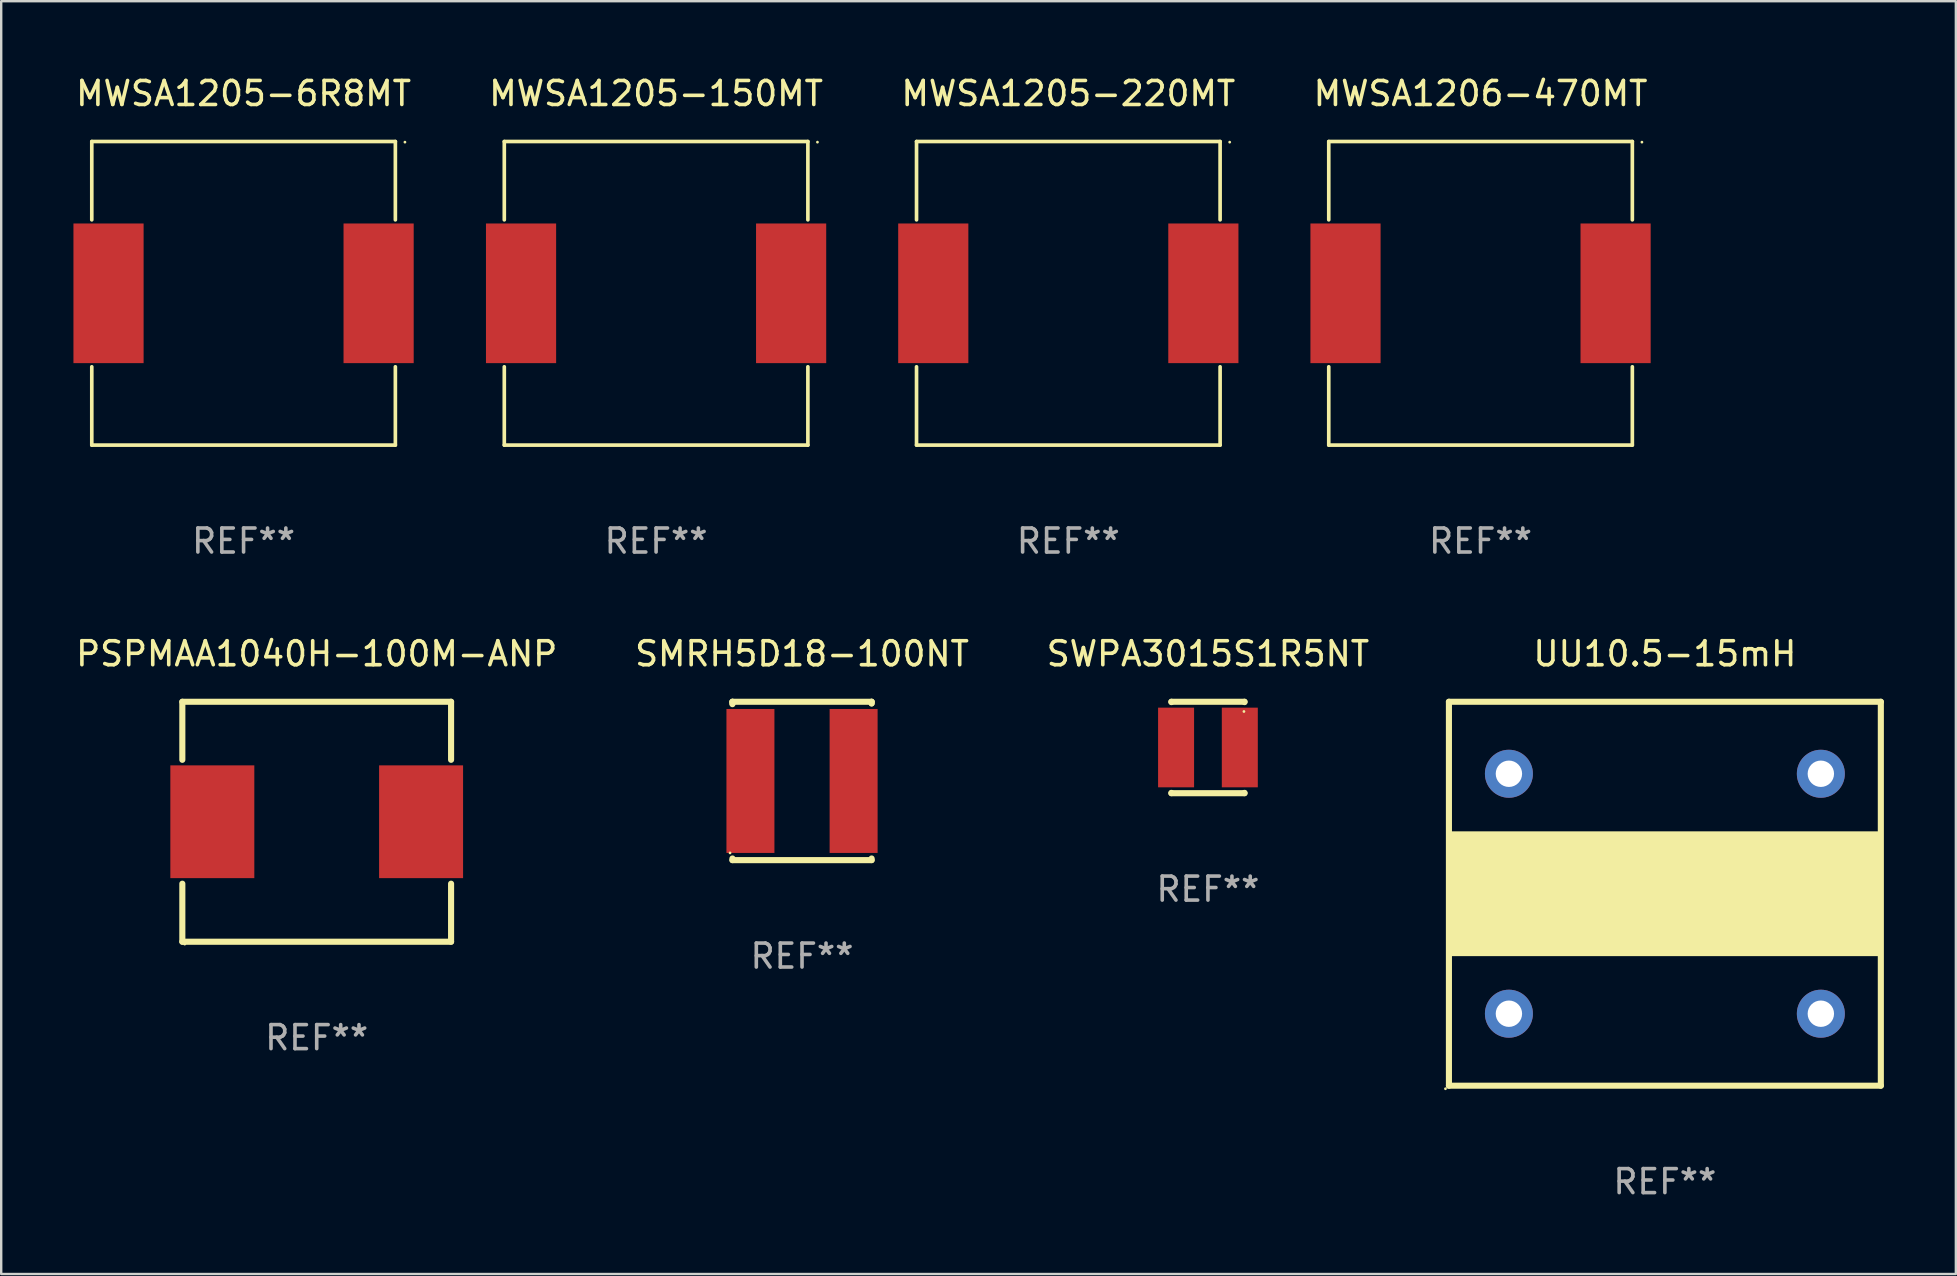
<source format=kicad_pcb>
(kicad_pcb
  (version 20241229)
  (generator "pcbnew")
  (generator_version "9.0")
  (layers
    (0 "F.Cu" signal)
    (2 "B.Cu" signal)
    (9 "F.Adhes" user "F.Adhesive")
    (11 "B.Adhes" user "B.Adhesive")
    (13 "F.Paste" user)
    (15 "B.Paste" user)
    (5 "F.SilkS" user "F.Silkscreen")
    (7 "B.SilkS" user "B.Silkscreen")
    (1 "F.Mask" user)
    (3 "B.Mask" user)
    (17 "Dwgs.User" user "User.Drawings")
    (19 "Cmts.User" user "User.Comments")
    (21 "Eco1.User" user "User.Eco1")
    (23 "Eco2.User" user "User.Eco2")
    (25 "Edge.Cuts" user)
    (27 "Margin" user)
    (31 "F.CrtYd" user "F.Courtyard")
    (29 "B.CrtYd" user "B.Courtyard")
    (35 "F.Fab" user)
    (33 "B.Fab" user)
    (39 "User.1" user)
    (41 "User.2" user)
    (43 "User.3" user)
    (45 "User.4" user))
  (footprint "SWPA3015S1R5NT"
    (layer "F.Cu")
    (at 47.292 28.102)
    (property "Reference" "SWPA3015S1R5NT" (at 0 -3.905 0) (layer "F.SilkS") (effects (font (size 1 1) (thickness 0.15))))
    (attr through_hole)
    (fp_line (start -1.524 -1.905) (end 1.524 -1.905) (stroke (width 0.254) (type solid)) (layer "F.SilkS"))
    (fp_line (start -1.524 -1.891) (end -1.524 -1.905) (stroke (width 0.254) (type solid)) (layer "F.SilkS"))
    (fp_line (start -1.524 1.905) (end -1.524 1.891) (stroke (width 0.254) (type solid)) (layer "F.SilkS"))
    (fp_line (start -1.524 1.905) (end 1.524 1.905) (stroke (width 0.254) (type solid)) (layer "F.SilkS"))
    (fp_line (start 1.524 -1.905) (end 1.524 -1.891) (stroke (width 0.254) (type solid)) (layer "F.SilkS"))
    (fp_line (start 1.524 1.891) (end 1.524 1.905) (stroke (width 0.254) (type solid)) (layer "F.SilkS"))
    (fp_circle (center 1.5 -1.5) (end 1.53 -1.5) (stroke (width 0.06) (type solid)) (fill no) (layer "F.SilkS"))
    (fp_text user "REF**" (at 0 5.905 0) (layer "F.Fab") (effects (font (size 1 1) (thickness 0.15))))
    (pad "1" smd rect (at 1.328 0) (size 1.5 3.32) (layers "F.Cu" "F.Mask" "F.Paste"))
    (pad "2" smd rect (at -1.328 0) (size 1.5 3.32) (layers "F.Cu" "F.Mask" "F.Paste")))
  (footprint "PSPMAA1040H-100M-ANP"
    (layer "F.Cu")
    (at 10.149 31.197)
    (property "Reference" "PSPMAA1040H-100M-ANP" (at 0 -7 0) (layer "F.SilkS") (effects (font (size 1 1) (thickness 0.15))))
    (attr through_hole)
    (fp_line (start -5.6 -5) (end -5.6 -2.581) (stroke (width 0.254) (type solid)) (layer "F.SilkS"))
    (fp_line (start -5.6 -5) (end 5.6 -5) (stroke (width 0.254) (type solid)) (layer "F.SilkS"))
    (fp_line (start -5.6 2.581) (end -5.6 5) (stroke (width 0.254) (type solid)) (layer "F.SilkS"))
    (fp_line (start -5.6 5) (end 5.6 5) (stroke (width 0.254) (type solid)) (layer "F.SilkS"))
    (fp_line (start 5.6 -5) (end 5.6 -2.581) (stroke (width 0.254) (type solid)) (layer "F.SilkS"))
    (fp_line (start 5.6 2.581) (end 5.6 5) (stroke (width 0.254) (type solid)) (layer "F.SilkS"))
    (fp_circle (center -5.5 5.1) (end -5.47 5.1) (stroke (width 0.06) (type solid)) (fill no) (layer "F.SilkS"))
    (fp_text user "REF**" (at 0 9 0) (layer "F.Fab") (effects (font (size 1 1) (thickness 0.15))))
    (pad "1" smd rect (at -4.35 0 90) (size 4.7 3.5) (layers "F.Cu" "F.Mask" "F.Paste"))
    (pad "2" smd rect (at 4.35 0 90) (size 4.7 3.5) (layers "F.Cu" "F.Mask" "F.Paste")))
  (footprint "UU10.5-15mH"
    (layer "F.Cu")
    (at 66.335 34.197)
    (property "Reference" "UU10.5-15mH" (at 0 -10 0) (layer "F.SilkS") (effects (font (size 1 1) (thickness 0.15))))
    (attr through_hole)
    (fp_line (start -9 -8) (end 9 -8) (stroke (width 0.254) (type solid)) (layer "F.SilkS"))
    (fp_line (start -9 8) (end -9 -8) (stroke (width 0.254) (type solid)) (layer "F.SilkS"))
    (fp_line (start 9 -8) (end 9 8) (stroke (width 0.254) (type solid)) (layer "F.SilkS"))
    (fp_line (start 9 8) (end -9 8) (stroke (width 0.254) (type solid)) (layer "F.SilkS"))
    (fp_circle (center -9.144 8.127) (end -9.114 8.127) (stroke (width 0.06) (type solid)) (fill no) (layer "F.SilkS"))
    (fp_poly (pts (xy -9.017 -2.54) (xy 9.017 -2.54) (xy 9.017 2.54) (xy -9.017 2.54)) (stroke (width 0.12) (type solid)) (fill yes) (layer "F.SilkS"))
    (fp_text user "REF**" (at 0 12 0) (layer "F.Fab") (effects (font (size 1 1) (thickness 0.15))))
    (pad "1" thru_hole circle (at -6.5 5) (size 2 2) (drill 1.1) (layers "*.Cu" "*.Mask"))
    (pad "2" thru_hole circle (at -6.5 -5) (size 2 2) (drill 1.1) (layers "*.Cu" "*.Mask"))
    (pad "3" thru_hole circle (at 6.5 -5) (size 2 2) (drill 1.1) (layers "*.Cu" "*.Mask"))
    (pad "4" thru_hole circle (at 6.5 5) (size 2 2) (drill 1.1) (layers "*.Cu" "*.Mask")))
  (footprint "MWSA1205-150MT"
    (layer "F.Cu")
    (at 24.293 9.174)
    (property "Reference" "MWSA1205-150MT" (at 0 -8.326 0) (layer "F.SilkS") (effects (font (size 1 1) (thickness 0.15))))
    (attr through_hole)
    (fp_line (start -6.326 -6.326) (end 6.326 -6.326) (stroke (width 0.152) (type solid)) (layer "F.SilkS"))
    (fp_line (start -6.326 -3.062) (end -6.326 -6.326) (stroke (width 0.152) (type solid)) (layer "F.SilkS"))
    (fp_line (start -6.326 3.062) (end -6.326 6.326) (stroke (width 0.152) (type solid)) (layer "F.SilkS"))
    (fp_line (start -6.326 6.326) (end 6.326 6.326) (stroke (width 0.152) (type solid)) (layer "F.SilkS"))
    (fp_line (start 6.326 -6.326) (end 6.326 -3.062) (stroke (width 0.152) (type solid)) (layer "F.SilkS"))
    (fp_line (start 6.326 6.326) (end 6.326 3.062) (stroke (width 0.152) (type solid)) (layer "F.SilkS"))
    (fp_circle (center 6.725 -6.3) (end 6.755 -6.3) (stroke (width 0.06) (type solid)) (fill no) (layer "F.SilkS"))
    (fp_text user "REF**" (at 0 10.326 0) (layer "F.Fab") (effects (font (size 1 1) (thickness 0.15))))
    (pad "1" smd rect (at 5.628 0) (size 2.924 5.82) (layers "F.Cu" "F.Mask" "F.Paste"))
    (pad "2" smd rect (at -5.628 0) (size 2.924 5.82) (layers "F.Cu" "F.Mask" "F.Paste")))
  (footprint "SMRH5D18-100NT"
    (layer "F.Cu")
    (at 30.375 29.497)
    (property "Reference" "SMRH5D18-100NT" (at 0 -5.3 0) (layer "F.SilkS") (effects (font (size 1 1) (thickness 0.15))))
    (attr through_hole)
    (fp_line (start -2.9 -3.3) (end -2.9 -3.231) (stroke (width 0.254) (type solid)) (layer "F.SilkS"))
    (fp_line (start -2.9 -3.3) (end -2.9 -3.2) (stroke (width 0.254) (type solid)) (layer "F.SilkS"))
    (fp_line (start -2.9 3.231) (end -2.9 3.3) (stroke (width 0.254) (type solid)) (layer "F.SilkS"))
    (fp_line (start -2.9 3.3) (end 2.9 3.3) (stroke (width 0.254) (type solid)) (layer "F.SilkS"))
    (fp_line (start 2.9 -3.3) (end -2.9 -3.3) (stroke (width 0.254) (type solid)) (layer "F.SilkS"))
    (fp_line (start 2.9 -3.3) (end 2.9 -3.231) (stroke (width 0.254) (type solid)) (layer "F.SilkS"))
    (fp_line (start 2.9 -3.231) (end 2.9 -3.3) (stroke (width 0.254) (type solid)) (layer "F.SilkS"))
    (fp_line (start 2.9 3.3) (end 2.9 3.231) (stroke (width 0.254) (type solid)) (layer "F.SilkS"))
    (fp_circle (center -3 3) (end -2.97 3) (stroke (width 0.06) (type solid)) (fill no) (layer "F.SilkS"))
    (fp_text user "REF**" (at 0 7.3 0) (layer "F.Fab") (effects (font (size 1 1) (thickness 0.15))))
    (pad "1" smd rect (at -2.15 0 90) (size 6 2) (layers "F.Cu" "F.Mask" "F.Paste"))
    (pad "2" smd rect (at 2.15 0 90) (size 6 2) (layers "F.Cu" "F.Mask" "F.Paste")))
  (footprint "MWSA1205-6R8MT"
    (layer "F.Cu")
    (at 7.101 9.174)
    (property "Reference" "MWSA1205-6R8MT" (at 0 -8.326 0) (layer "F.SilkS") (effects (font (size 1 1) (thickness 0.15))))
    (attr through_hole)
    (fp_line (start -6.326 -6.326) (end 6.326 -6.326) (stroke (width 0.152) (type solid)) (layer "F.SilkS"))
    (fp_line (start -6.326 -3.062) (end -6.326 -6.326) (stroke (width 0.152) (type solid)) (layer "F.SilkS"))
    (fp_line (start -6.326 3.062) (end -6.326 6.326) (stroke (width 0.152) (type solid)) (layer "F.SilkS"))
    (fp_line (start -6.326 6.326) (end 6.326 6.326) (stroke (width 0.152) (type solid)) (layer "F.SilkS"))
    (fp_line (start 6.326 -6.326) (end 6.326 -3.062) (stroke (width 0.152) (type solid)) (layer "F.SilkS"))
    (fp_line (start 6.326 6.326) (end 6.326 3.062) (stroke (width 0.152) (type solid)) (layer "F.SilkS"))
    (fp_circle (center 6.725 -6.3) (end 6.755 -6.3) (stroke (width 0.06) (type solid)) (fill no) (layer "F.SilkS"))
    (fp_text user "REF**" (at 0 10.326 0) (layer "F.Fab") (effects (font (size 1 1) (thickness 0.15))))
    (pad "1" smd rect (at 5.628 0) (size 2.924 5.82) (layers "F.Cu" "F.Mask" "F.Paste"))
    (pad "2" smd rect (at -5.628 0) (size 2.924 5.82) (layers "F.Cu" "F.Mask" "F.Paste")))
  (footprint "MWSA1206-470MT"
    (layer "F.Cu")
    (at 58.653 9.174)
    (property "Reference" "MWSA1206-470MT" (at 0 -8.326 0) (layer "F.SilkS") (effects (font (size 1 1) (thickness 0.15))))
    (attr through_hole)
    (fp_line (start -6.326 -6.326) (end 6.326 -6.326) (stroke (width 0.152) (type solid)) (layer "F.SilkS"))
    (fp_line (start -6.326 -3.062) (end -6.326 -6.326) (stroke (width 0.152) (type solid)) (layer "F.SilkS"))
    (fp_line (start -6.326 3.062) (end -6.326 6.326) (stroke (width 0.152) (type solid)) (layer "F.SilkS"))
    (fp_line (start -6.326 6.326) (end 6.326 6.326) (stroke (width 0.152) (type solid)) (layer "F.SilkS"))
    (fp_line (start 6.326 -6.326) (end 6.326 -3.062) (stroke (width 0.152) (type solid)) (layer "F.SilkS"))
    (fp_line (start 6.326 6.326) (end 6.326 3.062) (stroke (width 0.152) (type solid)) (layer "F.SilkS"))
    (fp_circle (center 6.725 -6.3) (end 6.755 -6.3) (stroke (width 0.06) (type solid)) (fill no) (layer "F.SilkS"))
    (fp_text user "REF**" (at 0 10.326 0) (layer "F.Fab") (effects (font (size 1 1) (thickness 0.15))))
    (pad "1" smd rect (at 5.628 0) (size 2.924 5.82) (layers "F.Cu" "F.Mask" "F.Paste"))
    (pad "2" smd rect (at -5.628 0) (size 2.924 5.82) (layers "F.Cu" "F.Mask" "F.Paste")))
  (footprint "MWSA1205-220MT"
    (layer "F.Cu")
    (at 41.473 9.174)
    (property "Reference" "MWSA1205-220MT" (at 0 -8.326 0) (layer "F.SilkS") (effects (font (size 1 1) (thickness 0.15))))
    (attr through_hole)
    (fp_line (start -6.326 -6.326) (end 6.326 -6.326) (stroke (width 0.152) (type solid)) (layer "F.SilkS"))
    (fp_line (start -6.326 -3.062) (end -6.326 -6.326) (stroke (width 0.152) (type solid)) (layer "F.SilkS"))
    (fp_line (start -6.326 3.062) (end -6.326 6.326) (stroke (width 0.152) (type solid)) (layer "F.SilkS"))
    (fp_line (start -6.326 6.326) (end 6.326 6.326) (stroke (width 0.152) (type solid)) (layer "F.SilkS"))
    (fp_line (start 6.326 -6.326) (end 6.326 -3.062) (stroke (width 0.152) (type solid)) (layer "F.SilkS"))
    (fp_line (start 6.326 6.326) (end 6.326 3.062) (stroke (width 0.152) (type solid)) (layer "F.SilkS"))
    (fp_circle (center 6.725 -6.3) (end 6.755 -6.3) (stroke (width 0.06) (type solid)) (fill no) (layer "F.SilkS"))
    (fp_text user "REF**" (at 0 10.326 0) (layer "F.Fab") (effects (font (size 1 1) (thickness 0.15))))
    (pad "1" smd rect (at 5.628 0) (size 2.924 5.82) (layers "F.Cu" "F.Mask" "F.Paste"))
    (pad "2" smd rect (at -5.628 0) (size 2.924 5.82) (layers "F.Cu" "F.Mask" "F.Paste")))
  (gr_rect
    (start -3 -3)
    (end 78.462 50.045)
    (stroke (width 0.1) (type default))
    (fill no)
    (layer "Edge.Cuts")))
</source>
